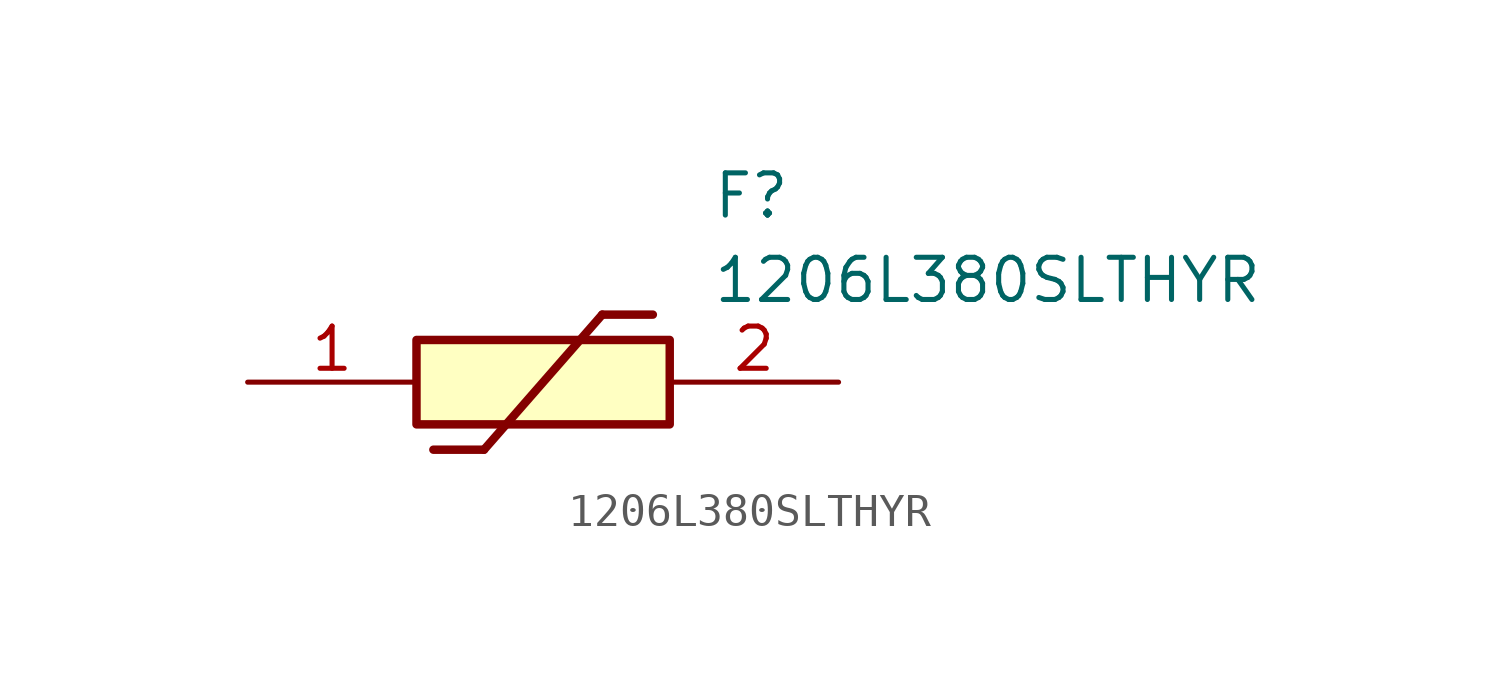
<source format=kicad_sym>
(kicad_symbol_lib
  (version 20211014)
  (generator SamacSys_ECAD_Model)
  (symbol "1206L380SLTHYR"
    (pin_names hide)
    (property "Reference" "F"
      (at 13.97 6.35 0)
      (effects (font (size 1.27 1.27)) (justify left top)))
    (property "Value" "1206L380SLTHYR"
      (at 13.97 3.81 0)
      (effects (font (size 1.27 1.27)) (justify left top)))
    (rectangle
      (start 5.08 1.27)
      (end 12.7 -1.27)
      (stroke (width 0.254) (type default))
      (fill (type background)))
    (polyline
      (pts (xy 5.588 -2.032) (xy 7.112 -2.032))
      (stroke (width 0.254) (type default))
      (fill (type none)))
    (polyline
      (pts (xy 10.668 2.032) (xy 7.112 -2.032))
      (stroke (width 0.254) (type default))
      (fill (type none)))
    (polyline
      (pts (xy 10.668 2.032) (xy 12.192 2.032))
      (stroke (width 0.254) (type default))
      (fill (type none)))
    (pin passive line
      (at 0 0 0)
      (length 5.08)
      (name "1" (effects (font (size 1.27 1.27))))
      (number "1" (effects (font (size 1.27 1.27)))))
    (pin passive line
      (at 17.78 0 180)
      (length 5.08)
      (name "2" (effects (font (size 1.27 1.27))))
      (number "2" (effects (font (size 1.27 1.27)))))))
</source>
